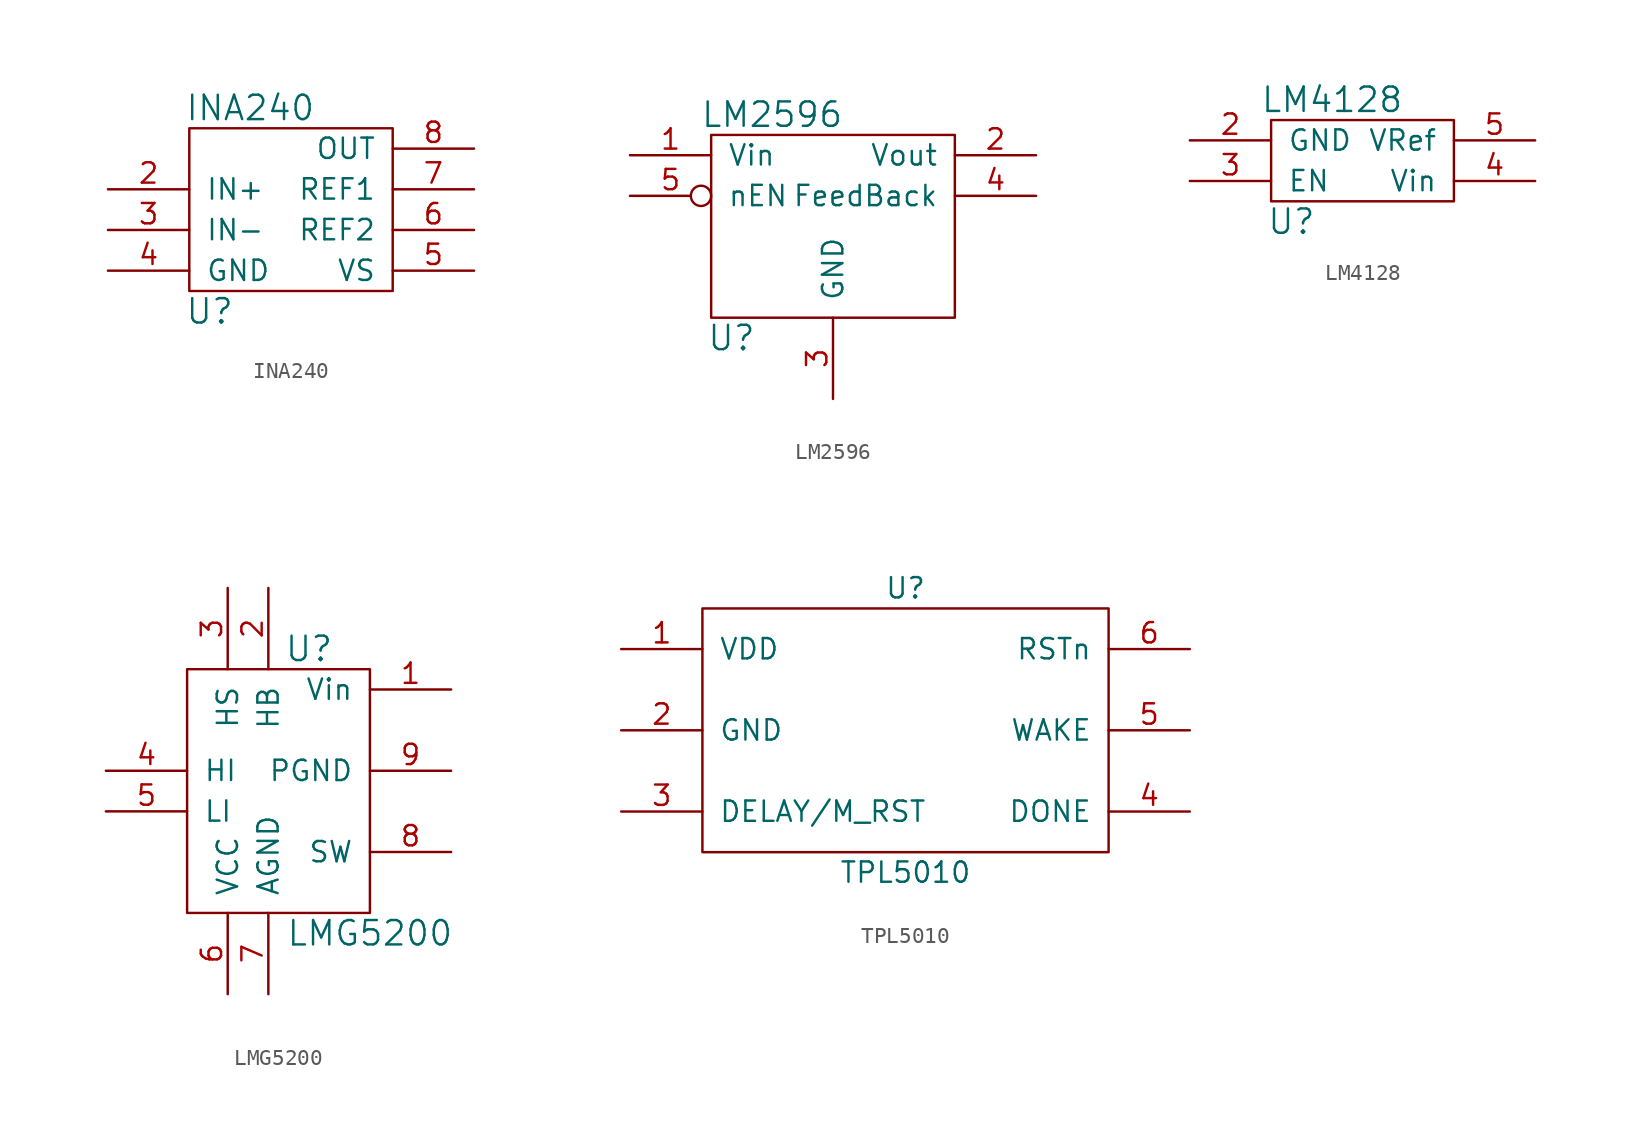
<source format=kicad_sym>
(kicad_symbol_lib
  (version 20211014)
  (generator kicad_symbol_editor)
  (symbol "INA240"
    (pin_names
      (offset 1.016))
    (property "Reference" "U"
      (at -5.08 -6.35 0)
      (effects (font (size 1.524 1.524))))
    (property "Value" "INA240"
      (at -2.54 6.35 0)
      (effects (font (size 1.524 1.524))))
    (symbol "INA240_0_1"
      (rectangle (start -6.35 5.08) (end 6.35 -5.08) (stroke (width 0) (type default) (color 0 0 0 0)) (fill (type none))))
    (symbol "INA240_1_1"
      (pin no_connect line (at -11.43 3.81 0) (length 5.08) hide (name "NC" (effects (font (size 1.27 1.27)))) (number "1" (effects (font (size 1.27 1.27)))))
      (pin input line (at -11.43 1.27 0) (length 5.08) (name "IN+" (effects (font (size 1.27 1.27)))) (number "2" (effects (font (size 1.27 1.27)))))
      (pin input line (at -11.43 -1.27 0) (length 5.08) (name "IN-" (effects (font (size 1.27 1.27)))) (number "3" (effects (font (size 1.27 1.27)))))
      (pin power_in line (at -11.43 -3.81 0) (length 5.08) (name "GND" (effects (font (size 1.27 1.27)))) (number "4" (effects (font (size 1.27 1.27)))))
      (pin power_in line (at 11.43 -3.81 180) (length 5.08) (name "VS" (effects (font (size 1.27 1.27)))) (number "5" (effects (font (size 1.27 1.27)))))
      (pin input line (at 11.43 -1.27 180) (length 5.08) (name "REF2" (effects (font (size 1.27 1.27)))) (number "6" (effects (font (size 1.27 1.27)))))
      (pin input line (at 11.43 1.27 180) (length 5.08) (name "REF1" (effects (font (size 1.27 1.27)))) (number "7" (effects (font (size 1.27 1.27)))))
      (pin output line (at 11.43 3.81 180) (length 5.08) (name "OUT" (effects (font (size 1.27 1.27)))) (number "8" (effects (font (size 1.27 1.27)))))))
  (symbol "LM2596"
    (pin_names
      (offset 1.016))
    (property "Reference" "U"
      (at -6.35 -7.62 0)
      (effects (font (size 1.524 1.524))))
    (property "Value" "LM2596"
      (at -3.81 6.35 0)
      (effects (font (size 1.524 1.524))))
    (symbol "LM2596_0_1"
      (rectangle (start -7.62 5.08) (end 7.62 -6.35) (stroke (width 0) (type default) (color 0 0 0 0)) (fill (type none))))
    (symbol "LM2596_1_1"
      (pin power_in line (at -12.7 3.81 0) (length 5.08) (name "Vin" (effects (font (size 1.27 1.27)))) (number "1" (effects (font (size 1.27 1.27)))))
      (pin power_out line (at 12.7 3.81 180) (length 5.08) (name "Vout" (effects (font (size 1.27 1.27)))) (number "2" (effects (font (size 1.27 1.27)))))
      (pin power_out line (at 0 -11.43 90) (length 5.08) (name "GND" (effects (font (size 1.27 1.27)))) (number "3" (effects (font (size 1.27 1.27)))))
      (pin input line (at 12.7 1.27 180) (length 5.08) (name "FeedBack" (effects (font (size 1.27 1.27)))) (number "4" (effects (font (size 1.27 1.27)))))
      (pin input inverted (at -12.7 1.27 0) (length 5.08) (name "nEN" (effects (font (size 1.27 1.27)))) (number "5" (effects (font (size 1.27 1.27)))))))
  (symbol "LM4128"
    (pin_names
      (offset 1.016))
    (property "Reference" "U"
      (at -5.08 -3.81 0)
      (effects (font (size 1.524 1.524))))
    (property "Value" "LM4128"
      (at -2.54 3.81 0)
      (effects (font (size 1.524 1.524))))
    (symbol "LM4128_0_1"
      (rectangle (start -6.35 2.54) (end 5.08 -2.54) (stroke (width 0) (type default) (color 0 0 0 0)) (fill (type none))))
    (symbol "LM4128_1_1"
      (pin no_connect line (at -11.43 0 0) (length 5.08) hide (name "NC" (effects (font (size 1.27 1.27)))) (number "1" (effects (font (size 1.27 1.27)))))
      (pin power_in line (at -11.43 1.27 0) (length 5.08) (name "GND" (effects (font (size 1.27 1.27)))) (number "2" (effects (font (size 1.27 1.27)))))
      (pin input line (at -11.43 -1.27 0) (length 5.08) (name "EN" (effects (font (size 1.27 1.27)))) (number "3" (effects (font (size 1.27 1.27)))))
      (pin power_in line (at 10.16 -1.27 180) (length 5.08) (name "Vin" (effects (font (size 1.27 1.27)))) (number "4" (effects (font (size 1.27 1.27)))))
      (pin output line (at 10.16 1.27 180) (length 5.08) (name "VRef" (effects (font (size 1.27 1.27)))) (number "5" (effects (font (size 1.27 1.27)))))))
  (symbol "LMG5200"
    (pin_names
      (offset 1.016))
    (property "Reference" "U"
      (at 1.27 7.62 0)
      (effects (font (size 1.524 1.524))))
    (property "Value" "LMG5200"
      (at 5.08 -10.16 0)
      (effects (font (size 1.524 1.524))))
    (symbol "LMG5200_0_1"
      (rectangle (start -6.35 6.35) (end 5.08 -8.89) (stroke (width 0) (type default) (color 0 0 0 0)) (fill (type none))))
    (symbol "LMG5200_1_1"
      (pin power_in line (at 10.16 5.08 180) (length 5.08) (name "Vin" (effects (font (size 1.27 1.27)))) (number "1" (effects (font (size 1.27 1.27)))))
      (pin power_out line (at -1.27 11.43 270) (length 5.08) (name "HB" (effects (font (size 1.27 1.27)))) (number "2" (effects (font (size 1.27 1.27)))))
      (pin power_in line (at -3.81 11.43 270) (length 5.08) (name "HS" (effects (font (size 1.27 1.27)))) (number "3" (effects (font (size 1.27 1.27)))))
      (pin input line (at -11.43 0 0) (length 5.08) (name "HI" (effects (font (size 1.27 1.27)))) (number "4" (effects (font (size 1.27 1.27)))))
      (pin input line (at -11.43 -2.54 0) (length 5.08) (name "LI" (effects (font (size 1.27 1.27)))) (number "5" (effects (font (size 1.27 1.27)))))
      (pin power_in line (at -3.81 -13.97 90) (length 5.08) (name "VCC" (effects (font (size 1.27 1.27)))) (number "6" (effects (font (size 1.27 1.27)))))
      (pin power_in line (at -1.27 -13.97 90) (length 5.08) (name "AGND" (effects (font (size 1.27 1.27)))) (number "7" (effects (font (size 1.27 1.27)))))
      (pin power_out line (at 10.16 -5.08 180) (length 5.08) (name "SW" (effects (font (size 1.27 1.27)))) (number "8" (effects (font (size 1.27 1.27)))))
      (pin power_in line (at 10.16 0 180) (length 5.08) (name "PGND" (effects (font (size 1.27 1.27)))) (number "9" (effects (font (size 1.27 1.27)))))))
  (symbol "TPL5010"
    (pin_names
      (offset 1.016))
    (property "Reference" "U"
      (at 0 8.89 0)
      (effects (font (size 1.27 1.27))))
    (property "Value" "TPL5010"
      (at 0 -8.89 0)
      (effects (font (size 1.27 1.27))))
    (symbol "TPL5010_0_1"
      (rectangle (start -12.7 7.62) (end 12.7 -7.62) (stroke (width 0) (type default) (color 0 0 0 0)) (fill (type none))))
    (symbol "TPL5010_1_1"
      (pin power_in line (at -17.78 5.08 0) (length 5.08) (name "VDD" (effects (font (size 1.27 1.27)))) (number "1" (effects (font (size 1.27 1.27)))))
      (pin power_in line (at -17.78 0 0) (length 5.08) (name "GND" (effects (font (size 1.27 1.27)))) (number "2" (effects (font (size 1.27 1.27)))))
      (pin input line (at -17.78 -5.08 0) (length 5.08) (name "DELAY/M_RST" (effects (font (size 1.27 1.27)))) (number "3" (effects (font (size 1.27 1.27)))))
      (pin input line (at 17.78 -5.08 180) (length 5.08) (name "DONE" (effects (font (size 1.27 1.27)))) (number "4" (effects (font (size 1.27 1.27)))))
      (pin output line (at 17.78 0 180) (length 5.08) (name "WAKE" (effects (font (size 1.27 1.27)))) (number "5" (effects (font (size 1.27 1.27)))))
      (pin open_collector line (at 17.78 5.08 180) (length 5.08) (name "RSTn" (effects (font (size 1.27 1.27)))) (number "6" (effects (font (size 1.27 1.27))))))))
</source>
